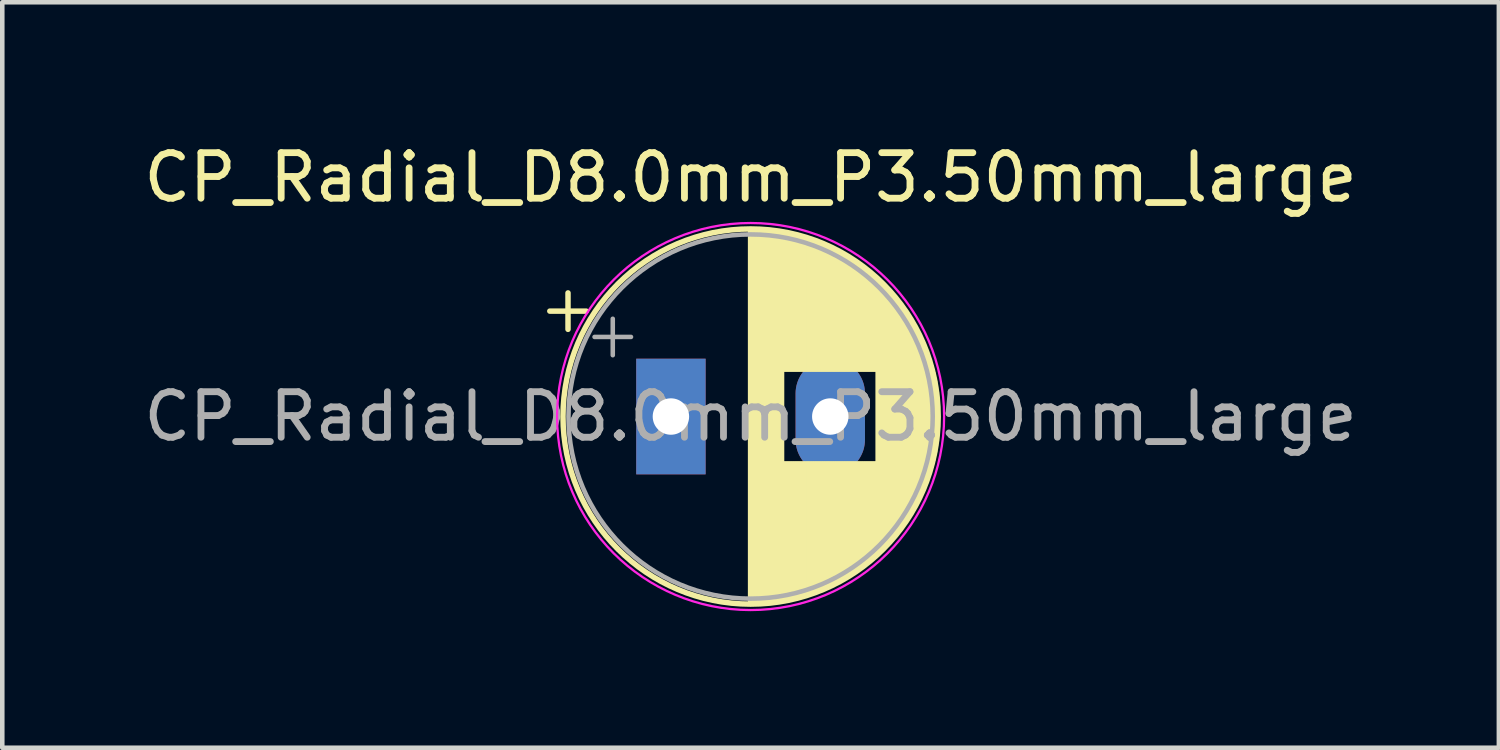
<source format=kicad_pcb>
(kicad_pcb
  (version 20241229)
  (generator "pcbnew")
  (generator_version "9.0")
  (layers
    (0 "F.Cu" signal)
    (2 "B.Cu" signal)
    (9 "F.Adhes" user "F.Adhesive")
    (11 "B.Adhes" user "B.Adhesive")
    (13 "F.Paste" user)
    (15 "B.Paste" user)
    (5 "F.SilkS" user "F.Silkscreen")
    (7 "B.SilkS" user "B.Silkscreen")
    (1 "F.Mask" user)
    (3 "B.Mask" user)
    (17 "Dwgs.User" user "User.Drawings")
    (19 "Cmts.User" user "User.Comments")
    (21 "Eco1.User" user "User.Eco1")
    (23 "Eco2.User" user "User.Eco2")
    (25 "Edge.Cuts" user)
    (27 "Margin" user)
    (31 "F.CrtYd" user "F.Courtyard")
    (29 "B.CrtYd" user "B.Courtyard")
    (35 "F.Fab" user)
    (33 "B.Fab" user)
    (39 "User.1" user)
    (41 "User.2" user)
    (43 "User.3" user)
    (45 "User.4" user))
  (footprint "CP_Radial_D8.0mm_P3.50mm_large"
    (layer "F.Cu")
    (at 11.685 6.098)
    (property "Reference" "CP_Radial_D8.0mm_P3.50mm_large" (at 1.75 -5.25 0) (layer "F.SilkS") (effects (font (size 1 1) (thickness 0.15))))
    (attr through_hole)
    (fp_line (start -2.66 -2.315) (end -1.86 -2.315) (stroke (width 0.12) (type solid)) (layer "F.SilkS"))
    (fp_line (start -2.26 -2.715) (end -2.26 -1.915) (stroke (width 0.12) (type solid)) (layer "F.SilkS"))
    (fp_line (start 1.75 -4.08) (end 1.75 4.08) (stroke (width 0.12) (type solid)) (layer "F.SilkS"))
    (fp_line (start 1.79 -4.08) (end 1.79 4.08) (stroke (width 0.12) (type solid)) (layer "F.SilkS"))
    (fp_line (start 1.83 -4.08) (end 1.83 4.08) (stroke (width 0.12) (type solid)) (layer "F.SilkS"))
    (fp_line (start 1.87 -4.079) (end 1.87 4.079) (stroke (width 0.12) (type solid)) (layer "F.SilkS"))
    (fp_line (start 1.91 -4.077) (end 1.91 4.077) (stroke (width 0.12) (type solid)) (layer "F.SilkS"))
    (fp_line (start 1.95 -4.076) (end 1.95 4.076) (stroke (width 0.12) (type solid)) (layer "F.SilkS"))
    (fp_line (start 1.99 -4.074) (end 1.99 4.074) (stroke (width 0.12) (type solid)) (layer "F.SilkS"))
    (fp_line (start 2.03 -4.071) (end 2.03 4.071) (stroke (width 0.12) (type solid)) (layer "F.SilkS"))
    (fp_line (start 2.07 -4.068) (end 2.07 4.068) (stroke (width 0.12) (type solid)) (layer "F.SilkS"))
    (fp_line (start 2.11 -4.065) (end 2.11 4.065) (stroke (width 0.12) (type solid)) (layer "F.SilkS"))
    (fp_line (start 2.15 -4.061) (end 2.15 4.061) (stroke (width 0.12) (type solid)) (layer "F.SilkS"))
    (fp_line (start 2.19 -4.057) (end 2.19 4.057) (stroke (width 0.12) (type solid)) (layer "F.SilkS"))
    (fp_line (start 2.23 -4.052) (end 2.23 4.052) (stroke (width 0.12) (type solid)) (layer "F.SilkS"))
    (fp_line (start 2.27 -4.048) (end 2.27 4.048) (stroke (width 0.12) (type solid)) (layer "F.SilkS"))
    (fp_line (start 2.31 -4.042) (end 2.31 4.042) (stroke (width 0.12) (type solid)) (layer "F.SilkS"))
    (fp_line (start 2.35 -4.037) (end 2.35 4.037) (stroke (width 0.12) (type solid)) (layer "F.SilkS"))
    (fp_line (start 2.39 -4.03) (end 2.39 4.03) (stroke (width 0.12) (type solid)) (layer "F.SilkS"))
    (fp_line (start 2.43 -4.024) (end 2.43 4.024) (stroke (width 0.12) (type solid)) (layer "F.SilkS"))
    (fp_line (start 2.471 -4.017) (end 2.471 -1.04) (stroke (width 0.12) (type solid)) (layer "F.SilkS"))
    (fp_line (start 2.471 1.04) (end 2.471 4.017) (stroke (width 0.12) (type solid)) (layer "F.SilkS"))
    (fp_line (start 2.511 -4.01) (end 2.511 -1.04) (stroke (width 0.12) (type solid)) (layer "F.SilkS"))
    (fp_line (start 2.511 1.04) (end 2.511 4.01) (stroke (width 0.12) (type solid)) (layer "F.SilkS"))
    (fp_line (start 2.551 -4.002) (end 2.551 -1.04) (stroke (width 0.12) (type solid)) (layer "F.SilkS"))
    (fp_line (start 2.551 1.04) (end 2.551 4.002) (stroke (width 0.12) (type solid)) (layer "F.SilkS"))
    (fp_line (start 2.591 -3.994) (end 2.591 -1.04) (stroke (width 0.12) (type solid)) (layer "F.SilkS"))
    (fp_line (start 2.591 1.04) (end 2.591 3.994) (stroke (width 0.12) (type solid)) (layer "F.SilkS"))
    (fp_line (start 2.631 -3.985) (end 2.631 -1.04) (stroke (width 0.12) (type solid)) (layer "F.SilkS"))
    (fp_line (start 2.631 1.04) (end 2.631 3.985) (stroke (width 0.12) (type solid)) (layer "F.SilkS"))
    (fp_line (start 2.671 -3.976) (end 2.671 -1.04) (stroke (width 0.12) (type solid)) (layer "F.SilkS"))
    (fp_line (start 2.671 1.04) (end 2.671 3.976) (stroke (width 0.12) (type solid)) (layer "F.SilkS"))
    (fp_line (start 2.711 -3.967) (end 2.711 -1.04) (stroke (width 0.12) (type solid)) (layer "F.SilkS"))
    (fp_line (start 2.711 1.04) (end 2.711 3.967) (stroke (width 0.12) (type solid)) (layer "F.SilkS"))
    (fp_line (start 2.751 -3.957) (end 2.751 -1.04) (stroke (width 0.12) (type solid)) (layer "F.SilkS"))
    (fp_line (start 2.751 1.04) (end 2.751 3.957) (stroke (width 0.12) (type solid)) (layer "F.SilkS"))
    (fp_line (start 2.791 -3.947) (end 2.791 -1.04) (stroke (width 0.12) (type solid)) (layer "F.SilkS"))
    (fp_line (start 2.791 1.04) (end 2.791 3.947) (stroke (width 0.12) (type solid)) (layer "F.SilkS"))
    (fp_line (start 2.831 -3.936) (end 2.831 -1.04) (stroke (width 0.12) (type solid)) (layer "F.SilkS"))
    (fp_line (start 2.831 1.04) (end 2.831 3.936) (stroke (width 0.12) (type solid)) (layer "F.SilkS"))
    (fp_line (start 2.871 -3.925) (end 2.871 -1.04) (stroke (width 0.12) (type solid)) (layer "F.SilkS"))
    (fp_line (start 2.871 1.04) (end 2.871 3.925) (stroke (width 0.12) (type solid)) (layer "F.SilkS"))
    (fp_line (start 2.911 -3.914) (end 2.911 -1.04) (stroke (width 0.12) (type solid)) (layer "F.SilkS"))
    (fp_line (start 2.911 1.04) (end 2.911 3.914) (stroke (width 0.12) (type solid)) (layer "F.SilkS"))
    (fp_line (start 2.951 -3.902) (end 2.951 -1.04) (stroke (width 0.12) (type solid)) (layer "F.SilkS"))
    (fp_line (start 2.951 1.04) (end 2.951 3.902) (stroke (width 0.12) (type solid)) (layer "F.SilkS"))
    (fp_line (start 2.991 -3.889) (end 2.991 -1.04) (stroke (width 0.12) (type solid)) (layer "F.SilkS"))
    (fp_line (start 2.991 1.04) (end 2.991 3.889) (stroke (width 0.12) (type solid)) (layer "F.SilkS"))
    (fp_line (start 3.031 -3.877) (end 3.031 -1.04) (stroke (width 0.12) (type solid)) (layer "F.SilkS"))
    (fp_line (start 3.031 1.04) (end 3.031 3.877) (stroke (width 0.12) (type solid)) (layer "F.SilkS"))
    (fp_line (start 3.071 -3.863) (end 3.071 -1.04) (stroke (width 0.12) (type solid)) (layer "F.SilkS"))
    (fp_line (start 3.071 1.04) (end 3.071 3.863) (stroke (width 0.12) (type solid)) (layer "F.SilkS"))
    (fp_line (start 3.111 -3.85) (end 3.111 -1.04) (stroke (width 0.12) (type solid)) (layer "F.SilkS"))
    (fp_line (start 3.111 1.04) (end 3.111 3.85) (stroke (width 0.12) (type solid)) (layer "F.SilkS"))
    (fp_line (start 3.151 -3.835) (end 3.151 -1.04) (stroke (width 0.12) (type solid)) (layer "F.SilkS"))
    (fp_line (start 3.151 1.04) (end 3.151 3.835) (stroke (width 0.12) (type solid)) (layer "F.SilkS"))
    (fp_line (start 3.191 -3.821) (end 3.191 -1.04) (stroke (width 0.12) (type solid)) (layer "F.SilkS"))
    (fp_line (start 3.191 1.04) (end 3.191 3.821) (stroke (width 0.12) (type solid)) (layer "F.SilkS"))
    (fp_line (start 3.231 -3.805) (end 3.231 -1.04) (stroke (width 0.12) (type solid)) (layer "F.SilkS"))
    (fp_line (start 3.231 1.04) (end 3.231 3.805) (stroke (width 0.12) (type solid)) (layer "F.SilkS"))
    (fp_line (start 3.271 -3.79) (end 3.271 -1.04) (stroke (width 0.12) (type solid)) (layer "F.SilkS"))
    (fp_line (start 3.271 1.04) (end 3.271 3.79) (stroke (width 0.12) (type solid)) (layer "F.SilkS"))
    (fp_line (start 3.311 -3.774) (end 3.311 -1.04) (stroke (width 0.12) (type solid)) (layer "F.SilkS"))
    (fp_line (start 3.311 1.04) (end 3.311 3.774) (stroke (width 0.12) (type solid)) (layer "F.SilkS"))
    (fp_line (start 3.351 -3.757) (end 3.351 -1.04) (stroke (width 0.12) (type solid)) (layer "F.SilkS"))
    (fp_line (start 3.351 1.04) (end 3.351 3.757) (stroke (width 0.12) (type solid)) (layer "F.SilkS"))
    (fp_line (start 3.391 -3.74) (end 3.391 -1.04) (stroke (width 0.12) (type solid)) (layer "F.SilkS"))
    (fp_line (start 3.391 1.04) (end 3.391 3.74) (stroke (width 0.12) (type solid)) (layer "F.SilkS"))
    (fp_line (start 3.431 -3.722) (end 3.431 -1.04) (stroke (width 0.12) (type solid)) (layer "F.SilkS"))
    (fp_line (start 3.431 1.04) (end 3.431 3.722) (stroke (width 0.12) (type solid)) (layer "F.SilkS"))
    (fp_line (start 3.471 -3.704) (end 3.471 -1.04) (stroke (width 0.12) (type solid)) (layer "F.SilkS"))
    (fp_line (start 3.471 1.04) (end 3.471 3.704) (stroke (width 0.12) (type solid)) (layer "F.SilkS"))
    (fp_line (start 3.511 -3.686) (end 3.511 -1.04) (stroke (width 0.12) (type solid)) (layer "F.SilkS"))
    (fp_line (start 3.511 1.04) (end 3.511 3.686) (stroke (width 0.12) (type solid)) (layer "F.SilkS"))
    (fp_line (start 3.551 -3.666) (end 3.551 -1.04) (stroke (width 0.12) (type solid)) (layer "F.SilkS"))
    (fp_line (start 3.551 1.04) (end 3.551 3.666) (stroke (width 0.12) (type solid)) (layer "F.SilkS"))
    (fp_line (start 3.591 -3.647) (end 3.591 -1.04) (stroke (width 0.12) (type solid)) (layer "F.SilkS"))
    (fp_line (start 3.591 1.04) (end 3.591 3.647) (stroke (width 0.12) (type solid)) (layer "F.SilkS"))
    (fp_line (start 3.631 -3.627) (end 3.631 -1.04) (stroke (width 0.12) (type solid)) (layer "F.SilkS"))
    (fp_line (start 3.631 1.04) (end 3.631 3.627) (stroke (width 0.12) (type solid)) (layer "F.SilkS"))
    (fp_line (start 3.671 -3.606) (end 3.671 -1.04) (stroke (width 0.12) (type solid)) (layer "F.SilkS"))
    (fp_line (start 3.671 1.04) (end 3.671 3.606) (stroke (width 0.12) (type solid)) (layer "F.SilkS"))
    (fp_line (start 3.711 -3.584) (end 3.711 -1.04) (stroke (width 0.12) (type solid)) (layer "F.SilkS"))
    (fp_line (start 3.711 1.04) (end 3.711 3.584) (stroke (width 0.12) (type solid)) (layer "F.SilkS"))
    (fp_line (start 3.751 -3.562) (end 3.751 -1.04) (stroke (width 0.12) (type solid)) (layer "F.SilkS"))
    (fp_line (start 3.751 1.04) (end 3.751 3.562) (stroke (width 0.12) (type solid)) (layer "F.SilkS"))
    (fp_line (start 3.791 -3.54) (end 3.791 -1.04) (stroke (width 0.12) (type solid)) (layer "F.SilkS"))
    (fp_line (start 3.791 1.04) (end 3.791 3.54) (stroke (width 0.12) (type solid)) (layer "F.SilkS"))
    (fp_line (start 3.831 -3.517) (end 3.831 -1.04) (stroke (width 0.12) (type solid)) (layer "F.SilkS"))
    (fp_line (start 3.831 1.04) (end 3.831 3.517) (stroke (width 0.12) (type solid)) (layer "F.SilkS"))
    (fp_line (start 3.871 -3.493) (end 3.871 -1.04) (stroke (width 0.12) (type solid)) (layer "F.SilkS"))
    (fp_line (start 3.871 1.04) (end 3.871 3.493) (stroke (width 0.12) (type solid)) (layer "F.SilkS"))
    (fp_line (start 3.911 -3.469) (end 3.911 -1.04) (stroke (width 0.12) (type solid)) (layer "F.SilkS"))
    (fp_line (start 3.911 1.04) (end 3.911 3.469) (stroke (width 0.12) (type solid)) (layer "F.SilkS"))
    (fp_line (start 3.951 -3.444) (end 3.951 -1.04) (stroke (width 0.12) (type solid)) (layer "F.SilkS"))
    (fp_line (start 3.951 1.04) (end 3.951 3.444) (stroke (width 0.12) (type solid)) (layer "F.SilkS"))
    (fp_line (start 3.991 -3.418) (end 3.991 -1.04) (stroke (width 0.12) (type solid)) (layer "F.SilkS"))
    (fp_line (start 3.991 1.04) (end 3.991 3.418) (stroke (width 0.12) (type solid)) (layer "F.SilkS"))
    (fp_line (start 4.031 -3.392) (end 4.031 -1.04) (stroke (width 0.12) (type solid)) (layer "F.SilkS"))
    (fp_line (start 4.031 1.04) (end 4.031 3.392) (stroke (width 0.12) (type solid)) (layer "F.SilkS"))
    (fp_line (start 4.071 -3.365) (end 4.071 -1.04) (stroke (width 0.12) (type solid)) (layer "F.SilkS"))
    (fp_line (start 4.071 1.04) (end 4.071 3.365) (stroke (width 0.12) (type solid)) (layer "F.SilkS"))
    (fp_line (start 4.111 -3.338) (end 4.111 -1.04) (stroke (width 0.12) (type solid)) (layer "F.SilkS"))
    (fp_line (start 4.111 1.04) (end 4.111 3.338) (stroke (width 0.12) (type solid)) (layer "F.SilkS"))
    (fp_line (start 4.151 -3.309) (end 4.151 -1.04) (stroke (width 0.12) (type solid)) (layer "F.SilkS"))
    (fp_line (start 4.151 1.04) (end 4.151 3.309) (stroke (width 0.12) (type solid)) (layer "F.SilkS"))
    (fp_line (start 4.191 -3.28) (end 4.191 -1.04) (stroke (width 0.12) (type solid)) (layer "F.SilkS"))
    (fp_line (start 4.191 1.04) (end 4.191 3.28) (stroke (width 0.12) (type solid)) (layer "F.SilkS"))
    (fp_line (start 4.231 -3.25) (end 4.231 -1.04) (stroke (width 0.12) (type solid)) (layer "F.SilkS"))
    (fp_line (start 4.231 1.04) (end 4.231 3.25) (stroke (width 0.12) (type solid)) (layer "F.SilkS"))
    (fp_line (start 4.271 -3.22) (end 4.271 -1.04) (stroke (width 0.12) (type solid)) (layer "F.SilkS"))
    (fp_line (start 4.271 1.04) (end 4.271 3.22) (stroke (width 0.12) (type solid)) (layer "F.SilkS"))
    (fp_line (start 4.311 -3.189) (end 4.311 -1.04) (stroke (width 0.12) (type solid)) (layer "F.SilkS"))
    (fp_line (start 4.311 1.04) (end 4.311 3.189) (stroke (width 0.12) (type solid)) (layer "F.SilkS"))
    (fp_line (start 4.351 -3.156) (end 4.351 -1.04) (stroke (width 0.12) (type solid)) (layer "F.SilkS"))
    (fp_line (start 4.351 1.04) (end 4.351 3.156) (stroke (width 0.12) (type solid)) (layer "F.SilkS"))
    (fp_line (start 4.391 -3.124) (end 4.391 -1.04) (stroke (width 0.12) (type solid)) (layer "F.SilkS"))
    (fp_line (start 4.391 1.04) (end 4.391 3.124) (stroke (width 0.12) (type solid)) (layer "F.SilkS"))
    (fp_line (start 4.431 -3.09) (end 4.431 -1.04) (stroke (width 0.12) (type solid)) (layer "F.SilkS"))
    (fp_line (start 4.431 1.04) (end 4.431 3.09) (stroke (width 0.12) (type solid)) (layer "F.SilkS"))
    (fp_line (start 4.471 -3.055) (end 4.471 -1.04) (stroke (width 0.12) (type solid)) (layer "F.SilkS"))
    (fp_line (start 4.471 1.04) (end 4.471 3.055) (stroke (width 0.12) (type solid)) (layer "F.SilkS"))
    (fp_line (start 4.511 -3.019) (end 4.511 -1.04) (stroke (width 0.12) (type solid)) (layer "F.SilkS"))
    (fp_line (start 4.511 1.04) (end 4.511 3.019) (stroke (width 0.12) (type solid)) (layer "F.SilkS"))
    (fp_line (start 4.551 -2.983) (end 4.551 2.983) (stroke (width 0.12) (type solid)) (layer "F.SilkS"))
    (fp_line (start 4.591 -2.945) (end 4.591 2.945) (stroke (width 0.12) (type solid)) (layer "F.SilkS"))
    (fp_line (start 4.631 -2.907) (end 4.631 2.907) (stroke (width 0.12) (type solid)) (layer "F.SilkS"))
    (fp_line (start 4.671 -2.867) (end 4.671 2.867) (stroke (width 0.12) (type solid)) (layer "F.SilkS"))
    (fp_line (start 4.711 -2.826) (end 4.711 2.826) (stroke (width 0.12) (type solid)) (layer "F.SilkS"))
    (fp_line (start 4.751 -2.784) (end 4.751 2.784) (stroke (width 0.12) (type solid)) (layer "F.SilkS"))
    (fp_line (start 4.791 -2.741) (end 4.791 2.741) (stroke (width 0.12) (type solid)) (layer "F.SilkS"))
    (fp_line (start 4.831 -2.697) (end 4.831 2.697) (stroke (width 0.12) (type solid)) (layer "F.SilkS"))
    (fp_line (start 4.871 -2.651) (end 4.871 2.651) (stroke (width 0.12) (type solid)) (layer "F.SilkS"))
    (fp_line (start 4.911 -2.604) (end 4.911 2.604) (stroke (width 0.12) (type solid)) (layer "F.SilkS"))
    (fp_line (start 4.951 -2.556) (end 4.951 2.556) (stroke (width 0.12) (type solid)) (layer "F.SilkS"))
    (fp_line (start 4.991 -2.505) (end 4.991 2.505) (stroke (width 0.12) (type solid)) (layer "F.SilkS"))
    (fp_line (start 5.031 -2.454) (end 5.031 2.454) (stroke (width 0.12) (type solid)) (layer "F.SilkS"))
    (fp_line (start 5.071 -2.4) (end 5.071 2.4) (stroke (width 0.12) (type solid)) (layer "F.SilkS"))
    (fp_line (start 5.111 -2.345) (end 5.111 2.345) (stroke (width 0.12) (type solid)) (layer "F.SilkS"))
    (fp_line (start 5.151 -2.287) (end 5.151 2.287) (stroke (width 0.12) (type solid)) (layer "F.SilkS"))
    (fp_line (start 5.191 -2.228) (end 5.191 2.228) (stroke (width 0.12) (type solid)) (layer "F.SilkS"))
    (fp_line (start 5.231 -2.166) (end 5.231 2.166) (stroke (width 0.12) (type solid)) (layer "F.SilkS"))
    (fp_line (start 5.271 -2.102) (end 5.271 2.102) (stroke (width 0.12) (type solid)) (layer "F.SilkS"))
    (fp_line (start 5.311 -2.034) (end 5.311 2.034) (stroke (width 0.12) (type solid)) (layer "F.SilkS"))
    (fp_line (start 5.351 -1.964) (end 5.351 1.964) (stroke (width 0.12) (type solid)) (layer "F.SilkS"))
    (fp_line (start 5.391 -1.89) (end 5.391 1.89) (stroke (width 0.12) (type solid)) (layer "F.SilkS"))
    (fp_line (start 5.431 -1.813) (end 5.431 1.813) (stroke (width 0.12) (type solid)) (layer "F.SilkS"))
    (fp_line (start 5.471 -1.731) (end 5.471 1.731) (stroke (width 0.12) (type solid)) (layer "F.SilkS"))
    (fp_line (start 5.511 -1.645) (end 5.511 1.645) (stroke (width 0.12) (type solid)) (layer "F.SilkS"))
    (fp_line (start 5.551 -1.552) (end 5.551 1.552) (stroke (width 0.12) (type solid)) (layer "F.SilkS"))
    (fp_line (start 5.591 -1.453) (end 5.591 1.453) (stroke (width 0.12) (type solid)) (layer "F.SilkS"))
    (fp_line (start 5.631 -1.346) (end 5.631 1.346) (stroke (width 0.12) (type solid)) (layer "F.SilkS"))
    (fp_line (start 5.671 -1.229) (end 5.671 1.229) (stroke (width 0.12) (type solid)) (layer "F.SilkS"))
    (fp_line (start 5.711 -1.098) (end 5.711 1.098) (stroke (width 0.12) (type solid)) (layer "F.SilkS"))
    (fp_line (start 5.751 -0.948) (end 5.751 0.948) (stroke (width 0.12) (type solid)) (layer "F.SilkS"))
    (fp_line (start 5.791 -0.768) (end 5.791 0.768) (stroke (width 0.12) (type solid)) (layer "F.SilkS"))
    (fp_line (start 5.831 -0.533) (end 5.831 0.533) (stroke (width 0.12) (type solid)) (layer "F.SilkS"))
    (fp_circle (center 1.75 0) (end 5.87 0) (stroke (width 0.12) (type solid)) (fill no) (layer "F.SilkS"))
    (fp_circle (center 1.75 0) (end 6 0) (stroke (width 0.05) (type solid)) (fill no) (layer "F.CrtYd"))
    (fp_line (start -1.677 -1.748) (end -0.877 -1.748) (stroke (width 0.1) (type solid)) (layer "F.Fab"))
    (fp_line (start -1.277 -2.147) (end -1.277 -1.347) (stroke (width 0.1) (type solid)) (layer "F.Fab"))
    (fp_circle (center 1.75 0) (end 5.75 0) (stroke (width 0.1) (type solid)) (fill no) (layer "F.Fab"))
    (fp_text user "${REFERENCE}" (at 1.75 0 0) (layer "F.Fab") (effects (font (size 1 1) (thickness 0.15))))
    (pad "1" thru_hole rect (at 0 0) (size 1.524 2.54) (drill 0.8) (layers "*.Cu" "*.Mask"))
    (pad "2" thru_hole oval (at 3.5 0) (size 1.524 2.54) (drill 0.8) (layers "*.Cu" "*.Mask")))
  (gr_rect
    (start -3 -3)
    (end 29.869 13.373)
    (stroke (width 0.1) (type default))
    (fill no)
    (layer "Edge.Cuts")))
</source>
